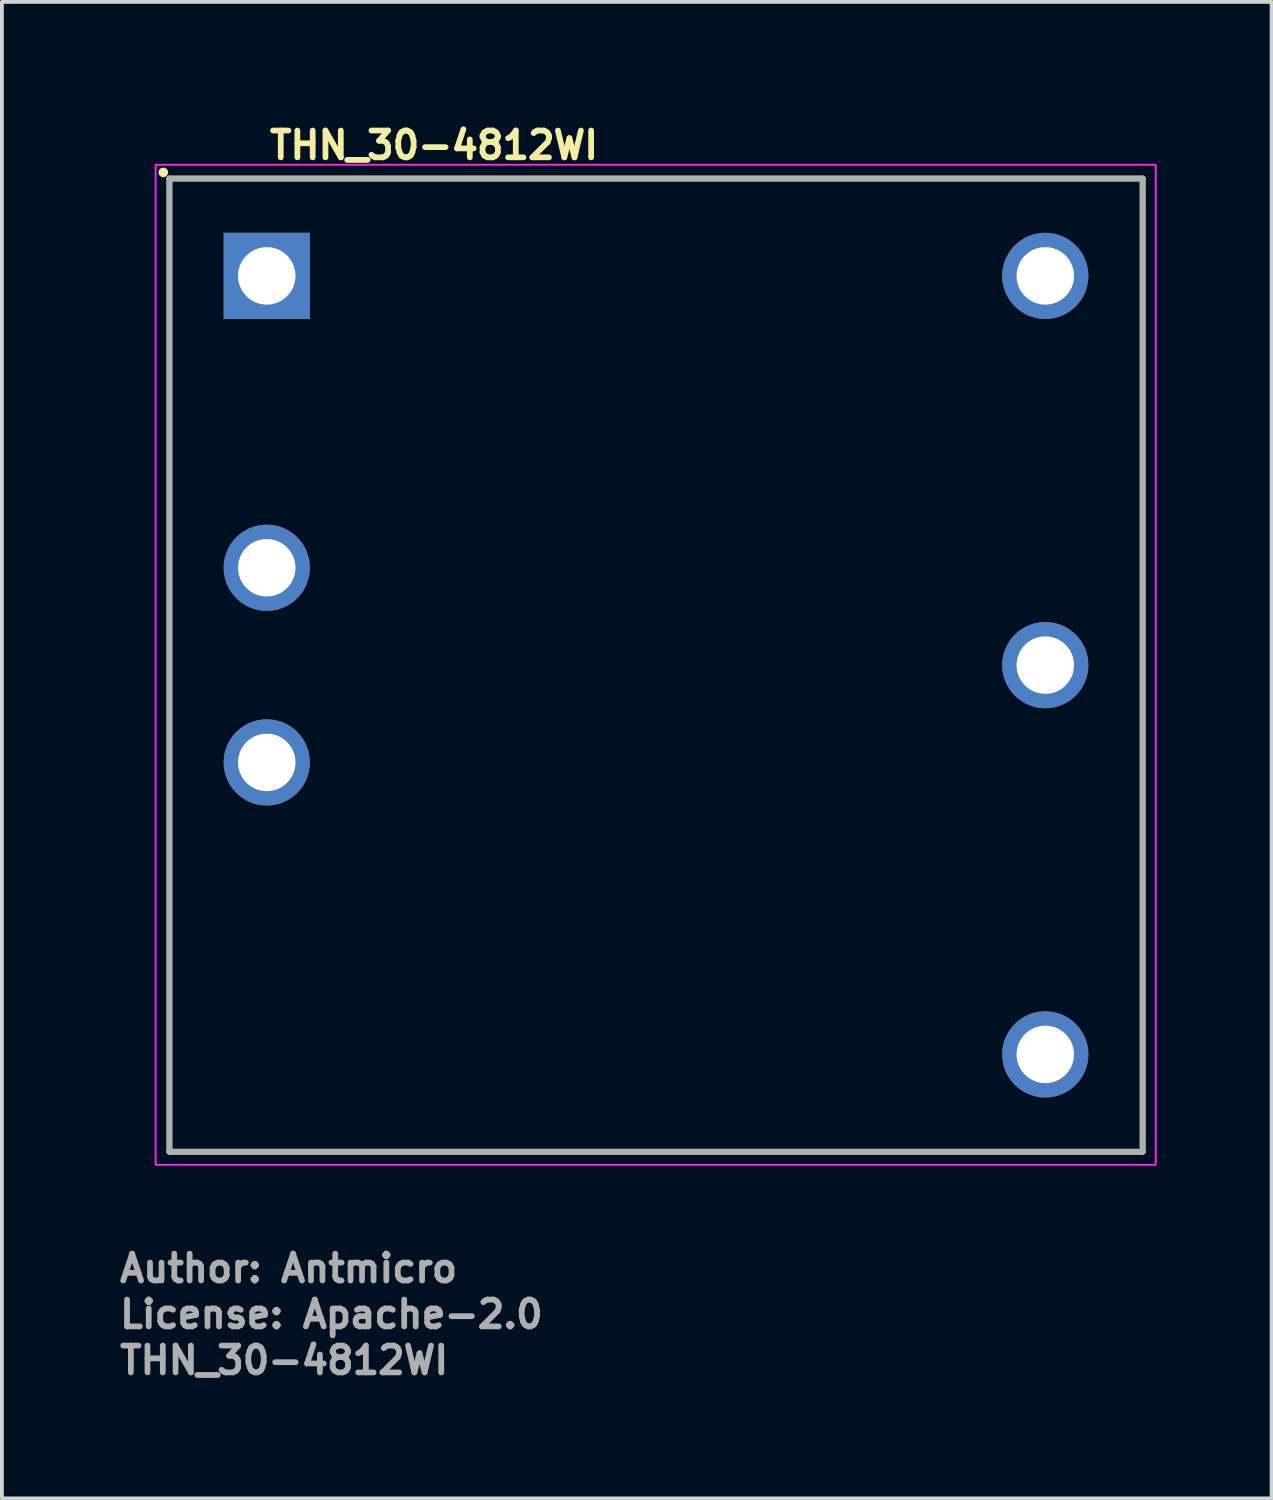
<source format=kicad_pcb>
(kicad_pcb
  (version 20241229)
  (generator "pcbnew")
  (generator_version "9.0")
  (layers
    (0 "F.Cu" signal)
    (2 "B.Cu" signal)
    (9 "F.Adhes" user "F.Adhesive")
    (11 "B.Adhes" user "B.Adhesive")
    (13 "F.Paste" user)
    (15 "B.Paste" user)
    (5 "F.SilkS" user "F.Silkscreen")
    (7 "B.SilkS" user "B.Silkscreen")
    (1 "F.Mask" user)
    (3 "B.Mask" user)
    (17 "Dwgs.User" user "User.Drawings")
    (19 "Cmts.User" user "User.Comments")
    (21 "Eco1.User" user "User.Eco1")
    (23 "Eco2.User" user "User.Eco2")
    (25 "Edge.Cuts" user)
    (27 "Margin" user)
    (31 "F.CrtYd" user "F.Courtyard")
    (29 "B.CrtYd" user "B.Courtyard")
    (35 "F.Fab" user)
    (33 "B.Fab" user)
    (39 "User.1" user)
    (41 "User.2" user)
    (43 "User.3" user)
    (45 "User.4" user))
  (footprint "THN_30-4812WI"
    (layer "F.Cu")
    (at 3.912 4.15)
    (property "Reference" "THN_30-4812WI" (at 0 -3 0) (layer "F.SilkS") (effects (font (size 0.7 0.7) (thickness 0.15)) (justify left bottom)))
    (attr through_hole)
    (fp_line (start -2.54 -2.54) (end 22.859 -2.54) (stroke (width 0.15) (type solid)) (layer "F.SilkS"))
    (fp_line (start -2.54 22.859) (end -2.54 -2.54) (stroke (width 0.15) (type solid)) (layer "F.SilkS"))
    (fp_line (start 22.859 -2.54) (end 22.859 22.859) (stroke (width 0.15) (type solid)) (layer "F.SilkS"))
    (fp_line (start 22.859 22.859) (end -2.54 22.859) (stroke (width 0.15) (type solid)) (layer "F.SilkS"))
    (fp_circle (center -2.7 -2.7) (end -2.65 -2.7) (stroke (width 0.15) (type solid)) (fill yes) (layer "F.SilkS"))
    (fp_rect (start -2.9 -2.9) (end 23.2 23.2) (stroke (width 0.05) (type solid)) (fill no) (layer "F.CrtYd"))
    (fp_line (start -2.54 -2.54) (end 22.859 -2.54) (stroke (width 0.15) (type solid)) (layer "F.Fab"))
    (fp_line (start -2.54 22.859) (end -2.54 -2.54) (stroke (width 0.15) (type solid)) (layer "F.Fab"))
    (fp_line (start 22.859 -2.54) (end 22.859 22.859) (stroke (width 0.15) (type solid)) (layer "F.Fab"))
    (fp_line (start 22.859 22.859) (end -2.54 22.859) (stroke (width 0.15) (type solid)) (layer "F.Fab"))
    (fp_rect (start -2.54 -2.54) (end 22.859 22.859) (stroke (width 0.1) (type solid)) (fill no) (layer "User.5"))
    (fp_rect (start -2.54 -2.54) (end 22.859 22.859) (stroke (width 0.1) (type solid)) (fill no) (layer "User.5"))
    (fp_rect (start -2.54 -2.54) (end 22.859 22.859) (stroke (width 0.1) (type solid)) (fill no) (layer "User.5"))
    (fp_line (start -2.54 -2.182) (end -2.54 -2.161) (stroke (width 0.02) (type solid)) (layer "User.9"))
    (fp_line (start -2.54 -2.161) (end -2.54 -2.141) (stroke (width 0.02) (type solid)) (layer "User.9"))
    (fp_line (start -2.54 22.46) (end -2.54 -2.141) (stroke (width 0.02) (type solid)) (layer "User.9"))
    (fp_line (start -2.54 22.46) (end -2.54 22.478) (stroke (width 0.02) (type solid)) (layer "User.9"))
    (fp_line (start -2.54 22.478) (end -2.54 22.498) (stroke (width 0.02) (type solid)) (layer "User.9"))
    (fp_line (start -2.54 22.498) (end -2.536 22.518) (stroke (width 0.02) (type solid)) (layer "User.9"))
    (fp_line (start -2.536 -2.202) (end -2.54 -2.182) (stroke (width 0.02) (type solid)) (layer "User.9"))
    (fp_line (start -2.536 22.518) (end -2.532 22.539) (stroke (width 0.02) (type solid)) (layer "User.9"))
    (fp_line (start -2.532 -2.222) (end -2.536 -2.202) (stroke (width 0.02) (type solid)) (layer "User.9"))
    (fp_line (start -2.532 22.539) (end -2.528 22.559) (stroke (width 0.02) (type solid)) (layer "User.9"))
    (fp_line (start -2.528 -2.242) (end -2.532 -2.222) (stroke (width 0.02) (type solid)) (layer "User.9"))
    (fp_line (start -2.528 22.559) (end -2.524 22.577) (stroke (width 0.02) (type solid)) (layer "User.9"))
    (fp_line (start -2.524 -2.259) (end -2.528 -2.242) (stroke (width 0.02) (type solid)) (layer "User.9"))
    (fp_line (start -2.524 22.577) (end -2.516 22.597) (stroke (width 0.02) (type solid)) (layer "User.9"))
    (fp_line (start -2.516 -2.278) (end -2.524 -2.259) (stroke (width 0.02) (type solid)) (layer "User.9"))
    (fp_line (start -2.516 22.597) (end -2.509 22.614) (stroke (width 0.02) (type solid)) (layer "User.9"))
    (fp_line (start -2.509 -2.298) (end -2.516 -2.278) (stroke (width 0.02) (type solid)) (layer "User.9"))
    (fp_line (start -2.509 22.614) (end -2.501 22.632) (stroke (width 0.02) (type solid)) (layer "User.9"))
    (fp_line (start -2.501 -2.315) (end -2.509 -2.298) (stroke (width 0.02) (type solid)) (layer "User.9"))
    (fp_line (start -2.501 22.632) (end -2.492 22.649) (stroke (width 0.02) (type solid)) (layer "User.9"))
    (fp_line (start -2.492 -2.331) (end -2.501 -2.315) (stroke (width 0.02) (type solid)) (layer "User.9"))
    (fp_line (start -2.492 22.649) (end -2.484 22.667) (stroke (width 0.02) (type solid)) (layer "User.9"))
    (fp_line (start -2.484 -2.348) (end -2.492 -2.331) (stroke (width 0.02) (type solid)) (layer "User.9"))
    (fp_line (start -2.484 22.667) (end -2.472 22.681) (stroke (width 0.02) (type solid)) (layer "User.9"))
    (fp_line (start -2.472 -2.364) (end -2.484 -2.348) (stroke (width 0.02) (type solid)) (layer "User.9"))
    (fp_line (start -2.472 22.681) (end -2.461 22.699) (stroke (width 0.02) (type solid)) (layer "User.9"))
    (fp_line (start -2.461 -2.38) (end -2.472 -2.364) (stroke (width 0.02) (type solid)) (layer "User.9"))
    (fp_line (start -2.461 22.699) (end -2.449 22.713) (stroke (width 0.02) (type solid)) (layer "User.9"))
    (fp_line (start -2.449 -2.395) (end -2.461 -2.38) (stroke (width 0.02) (type solid)) (layer "User.9"))
    (fp_line (start -2.449 22.713) (end -2.437 22.728) (stroke (width 0.02) (type solid)) (layer "User.9"))
    (fp_line (start -2.437 -2.411) (end -2.449 -2.395) (stroke (width 0.02) (type solid)) (layer "User.9"))
    (fp_line (start -2.437 22.728) (end -2.423 22.742) (stroke (width 0.02) (type solid)) (layer "User.9"))
    (fp_line (start -2.423 -2.423) (end -2.437 -2.411) (stroke (width 0.02) (type solid)) (layer "User.9"))
    (fp_line (start -2.423 22.742) (end -2.411 22.754) (stroke (width 0.02) (type solid)) (layer "User.9"))
    (fp_line (start -2.411 -2.437) (end -2.423 -2.423) (stroke (width 0.02) (type solid)) (layer "User.9"))
    (fp_line (start -2.411 22.754) (end -2.395 22.768) (stroke (width 0.02) (type solid)) (layer "User.9"))
    (fp_line (start -2.395 -2.449) (end -2.411 -2.437) (stroke (width 0.02) (type solid)) (layer "User.9"))
    (fp_line (start -2.395 22.768) (end -2.38 22.78) (stroke (width 0.02) (type solid)) (layer "User.9"))
    (fp_line (start -2.38 -2.461) (end -2.395 -2.449) (stroke (width 0.02) (type solid)) (layer "User.9"))
    (fp_line (start -2.38 22.78) (end -2.364 22.789) (stroke (width 0.02) (type solid)) (layer "User.9"))
    (fp_line (start -2.364 -2.472) (end -2.38 -2.461) (stroke (width 0.02) (type solid)) (layer "User.9"))
    (fp_line (start -2.364 22.789) (end -2.348 22.8) (stroke (width 0.02) (type solid)) (layer "User.9"))
    (fp_line (start -2.348 -2.484) (end -2.364 -2.472) (stroke (width 0.02) (type solid)) (layer "User.9"))
    (fp_line (start -2.348 22.8) (end -2.331 22.809) (stroke (width 0.02) (type solid)) (layer "User.9"))
    (fp_line (start -2.331 -2.492) (end -2.348 -2.484) (stroke (width 0.02) (type solid)) (layer "User.9"))
    (fp_line (start -2.331 22.809) (end -2.315 22.818) (stroke (width 0.02) (type solid)) (layer "User.9"))
    (fp_line (start -2.315 -2.501) (end -2.331 -2.492) (stroke (width 0.02) (type solid)) (layer "User.9"))
    (fp_line (start -2.315 22.818) (end -2.298 22.827) (stroke (width 0.02) (type solid)) (layer "User.9"))
    (fp_line (start -2.298 -2.509) (end -2.315 -2.501) (stroke (width 0.02) (type solid)) (layer "User.9"))
    (fp_line (start -2.298 22.827) (end -2.278 22.835) (stroke (width 0.02) (type solid)) (layer "User.9"))
    (fp_line (start -2.278 -2.516) (end -2.298 -2.509) (stroke (width 0.02) (type solid)) (layer "User.9"))
    (fp_line (start -2.278 22.835) (end -2.259 22.841) (stroke (width 0.02) (type solid)) (layer "User.9"))
    (fp_line (start -2.259 -2.524) (end -2.278 -2.516) (stroke (width 0.02) (type solid)) (layer "User.9"))
    (fp_line (start -2.259 22.841) (end -2.242 22.847) (stroke (width 0.02) (type solid)) (layer "User.9"))
    (fp_line (start -2.242 -2.528) (end -2.259 -2.524) (stroke (width 0.02) (type solid)) (layer "User.9"))
    (fp_line (start -2.242 22.847) (end -2.222 22.85) (stroke (width 0.02) (type solid)) (layer "User.9"))
    (fp_line (start -2.222 -2.532) (end -2.242 -2.528) (stroke (width 0.02) (type solid)) (layer "User.9"))
    (fp_line (start -2.222 22.85) (end -2.202 22.853) (stroke (width 0.02) (type solid)) (layer "User.9"))
    (fp_line (start -2.202 -2.536) (end -2.222 -2.532) (stroke (width 0.02) (type solid)) (layer "User.9"))
    (fp_line (start -2.202 22.853) (end -2.182 22.856) (stroke (width 0.02) (type solid)) (layer "User.9"))
    (fp_line (start -2.182 -2.54) (end -2.202 -2.536) (stroke (width 0.02) (type solid)) (layer "User.9"))
    (fp_line (start -2.182 22.856) (end -2.161 22.859) (stroke (width 0.02) (type solid)) (layer "User.9"))
    (fp_line (start -2.161 -2.54) (end -2.182 -2.54) (stroke (width 0.02) (type solid)) (layer "User.9"))
    (fp_line (start -2.161 22.859) (end -2.141 22.859) (stroke (width 0.02) (type solid)) (layer "User.9"))
    (fp_line (start -2.141 -2.54) (end -2.161 -2.54) (stroke (width 0.02) (type solid)) (layer "User.9"))
    (fp_line (start -2.141 -2.54) (end 22.46 -2.54) (stroke (width 0.02) (type solid)) (layer "User.9"))
    (fp_line (start 22.46 -2.54) (end 22.478 -2.54) (stroke (width 0.02) (type solid)) (layer "User.9"))
    (fp_line (start 22.46 22.859) (end -2.141 22.859) (stroke (width 0.02) (type solid)) (layer "User.9"))
    (fp_line (start 22.46 22.859) (end 22.478 22.859) (stroke (width 0.02) (type solid)) (layer "User.9"))
    (fp_line (start 22.478 -2.54) (end 22.498 -2.54) (stroke (width 0.02) (type solid)) (layer "User.9"))
    (fp_line (start 22.478 22.859) (end 22.498 22.856) (stroke (width 0.02) (type solid)) (layer "User.9"))
    (fp_line (start 22.498 -2.54) (end 22.518 -2.536) (stroke (width 0.02) (type solid)) (layer "User.9"))
    (fp_line (start 22.498 22.856) (end 22.518 22.853) (stroke (width 0.02) (type solid)) (layer "User.9"))
    (fp_line (start 22.518 -2.536) (end 22.539 -2.532) (stroke (width 0.02) (type solid)) (layer "User.9"))
    (fp_line (start 22.518 22.853) (end 22.539 22.85) (stroke (width 0.02) (type solid)) (layer "User.9"))
    (fp_line (start 22.539 -2.532) (end 22.559 -2.528) (stroke (width 0.02) (type solid)) (layer "User.9"))
    (fp_line (start 22.539 22.85) (end 22.559 22.847) (stroke (width 0.02) (type solid)) (layer "User.9"))
    (fp_line (start 22.559 -2.528) (end 22.577 -2.524) (stroke (width 0.02) (type solid)) (layer "User.9"))
    (fp_line (start 22.559 22.847) (end 22.577 22.841) (stroke (width 0.02) (type solid)) (layer "User.9"))
    (fp_line (start 22.577 -2.524) (end 22.597 -2.516) (stroke (width 0.02) (type solid)) (layer "User.9"))
    (fp_line (start 22.577 22.841) (end 22.597 22.835) (stroke (width 0.02) (type solid)) (layer "User.9"))
    (fp_line (start 22.597 -2.516) (end 22.614 -2.509) (stroke (width 0.02) (type solid)) (layer "User.9"))
    (fp_line (start 22.597 22.835) (end 22.614 22.827) (stroke (width 0.02) (type solid)) (layer "User.9"))
    (fp_line (start 22.614 -2.509) (end 22.632 -2.501) (stroke (width 0.02) (type solid)) (layer "User.9"))
    (fp_line (start 22.614 22.827) (end 22.632 22.818) (stroke (width 0.02) (type solid)) (layer "User.9"))
    (fp_line (start 22.632 -2.501) (end 22.649 -2.492) (stroke (width 0.02) (type solid)) (layer "User.9"))
    (fp_line (start 22.632 22.818) (end 22.649 22.809) (stroke (width 0.02) (type solid)) (layer "User.9"))
    (fp_line (start 22.649 -2.492) (end 22.667 -2.484) (stroke (width 0.02) (type solid)) (layer "User.9"))
    (fp_line (start 22.649 22.809) (end 22.667 22.8) (stroke (width 0.02) (type solid)) (layer "User.9"))
    (fp_line (start 22.667 -2.484) (end 22.681 -2.472) (stroke (width 0.02) (type solid)) (layer "User.9"))
    (fp_line (start 22.667 22.8) (end 22.681 22.789) (stroke (width 0.02) (type solid)) (layer "User.9"))
    (fp_line (start 22.681 -2.472) (end 22.699 -2.461) (stroke (width 0.02) (type solid)) (layer "User.9"))
    (fp_line (start 22.681 22.789) (end 22.699 22.78) (stroke (width 0.02) (type solid)) (layer "User.9"))
    (fp_line (start 22.699 -2.461) (end 22.713 -2.449) (stroke (width 0.02) (type solid)) (layer "User.9"))
    (fp_line (start 22.699 22.78) (end 22.713 22.768) (stroke (width 0.02) (type solid)) (layer "User.9"))
    (fp_line (start 22.713 -2.449) (end 22.728 -2.437) (stroke (width 0.02) (type solid)) (layer "User.9"))
    (fp_line (start 22.713 22.768) (end 22.728 22.754) (stroke (width 0.02) (type solid)) (layer "User.9"))
    (fp_line (start 22.728 -2.437) (end 22.742 -2.423) (stroke (width 0.02) (type solid)) (layer "User.9"))
    (fp_line (start 22.728 22.754) (end 22.742 22.742) (stroke (width 0.02) (type solid)) (layer "User.9"))
    (fp_line (start 22.742 -2.423) (end 22.754 -2.411) (stroke (width 0.02) (type solid)) (layer "User.9"))
    (fp_line (start 22.742 22.742) (end 22.754 22.728) (stroke (width 0.02) (type solid)) (layer "User.9"))
    (fp_line (start 22.754 -2.411) (end 22.768 -2.395) (stroke (width 0.02) (type solid)) (layer "User.9"))
    (fp_line (start 22.754 22.728) (end 22.768 22.713) (stroke (width 0.02) (type solid)) (layer "User.9"))
    (fp_line (start 22.768 -2.395) (end 22.78 -2.38) (stroke (width 0.02) (type solid)) (layer "User.9"))
    (fp_line (start 22.768 22.713) (end 22.78 22.699) (stroke (width 0.02) (type solid)) (layer "User.9"))
    (fp_line (start 22.78 -2.38) (end 22.789 -2.364) (stroke (width 0.02) (type solid)) (layer "User.9"))
    (fp_line (start 22.78 22.699) (end 22.789 22.681) (stroke (width 0.02) (type solid)) (layer "User.9"))
    (fp_line (start 22.789 -2.364) (end 22.8 -2.348) (stroke (width 0.02) (type solid)) (layer "User.9"))
    (fp_line (start 22.789 22.681) (end 22.8 22.667) (stroke (width 0.02) (type solid)) (layer "User.9"))
    (fp_line (start 22.8 -2.348) (end 22.809 -2.331) (stroke (width 0.02) (type solid)) (layer "User.9"))
    (fp_line (start 22.8 22.667) (end 22.809 22.649) (stroke (width 0.02) (type solid)) (layer "User.9"))
    (fp_line (start 22.809 -2.331) (end 22.818 -2.315) (stroke (width 0.02) (type solid)) (layer "User.9"))
    (fp_line (start 22.809 22.649) (end 22.818 22.632) (stroke (width 0.02) (type solid)) (layer "User.9"))
    (fp_line (start 22.818 -2.315) (end 22.827 -2.298) (stroke (width 0.02) (type solid)) (layer "User.9"))
    (fp_line (start 22.818 22.632) (end 22.827 22.614) (stroke (width 0.02) (type solid)) (layer "User.9"))
    (fp_line (start 22.827 -2.298) (end 22.835 -2.278) (stroke (width 0.02) (type solid)) (layer "User.9"))
    (fp_line (start 22.827 22.614) (end 22.835 22.597) (stroke (width 0.02) (type solid)) (layer "User.9"))
    (fp_line (start 22.835 -2.278) (end 22.841 -2.259) (stroke (width 0.02) (type solid)) (layer "User.9"))
    (fp_line (start 22.835 22.597) (end 22.841 22.577) (stroke (width 0.02) (type solid)) (layer "User.9"))
    (fp_line (start 22.841 -2.259) (end 22.847 -2.242) (stroke (width 0.02) (type solid)) (layer "User.9"))
    (fp_line (start 22.841 22.577) (end 22.847 22.559) (stroke (width 0.02) (type solid)) (layer "User.9"))
    (fp_line (start 22.847 -2.242) (end 22.85 -2.222) (stroke (width 0.02) (type solid)) (layer "User.9"))
    (fp_line (start 22.847 22.559) (end 22.85 22.539) (stroke (width 0.02) (type solid)) (layer "User.9"))
    (fp_line (start 22.85 -2.222) (end 22.853 -2.202) (stroke (width 0.02) (type solid)) (layer "User.9"))
    (fp_line (start 22.85 22.539) (end 22.853 22.518) (stroke (width 0.02) (type solid)) (layer "User.9"))
    (fp_line (start 22.853 -2.202) (end 22.856 -2.182) (stroke (width 0.02) (type solid)) (layer "User.9"))
    (fp_line (start 22.853 22.518) (end 22.856 22.498) (stroke (width 0.02) (type solid)) (layer "User.9"))
    (fp_line (start 22.856 -2.182) (end 22.859 -2.161) (stroke (width 0.02) (type solid)) (layer "User.9"))
    (fp_line (start 22.856 22.498) (end 22.859 22.478) (stroke (width 0.02) (type solid)) (layer "User.9"))
    (fp_line (start 22.859 -2.161) (end 22.859 -2.141) (stroke (width 0.02) (type solid)) (layer "User.9"))
    (fp_line (start 22.859 -2.141) (end 22.859 22.46) (stroke (width 0.02) (type solid)) (layer "User.9"))
    (fp_line (start 22.859 22.478) (end 22.859 22.46) (stroke (width 0.02) (type solid)) (layer "User.9"))
    (fp_text user "${REFERENCE}" (at -3.912 28.711 0) (layer "F.Fab") (effects (font (size 0.7 0.7) (thickness 0.15)) (justify left bottom)))
    (fp_text user "Author: Antmicro" (at -3.912 26.312 0) (layer "F.Fab") (effects (font (size 0.7 0.7) (thickness 0.15)) (justify left bottom)))
    (fp_text user "License: Apache-2.0" (at -3.912 27.51 0) (layer "F.Fab") (effects (font (size 0.7 0.7) (thickness 0.15)) (justify left bottom)))
    (pad "1" thru_hole circle (at 0 12.698) (size 2.25 2.25) (drill 1.5) (layers "*.Cu" "*.Mask"))
    (pad "2" thru_hole circle (at 0 7.618) (size 2.25 2.25) (drill 1.5) (layers "*.Cu" "*.Mask"))
    (pad "3" thru_hole circle (at 20.318 20.318) (size 2.25 2.25) (drill 1.5) (layers "*.Cu" "*.Mask"))
    (pad "4" thru_hole circle (at 20.318 10.159) (size 2.25 2.25) (drill 1.5) (layers "*.Cu" "*.Mask"))
    (pad "5" thru_hole circle (at 20.318 0) (size 2.25 2.25) (drill 1.5) (layers "*.Cu" "*.Mask"))
    (pad "6" thru_hole rect (at 0 0) (size 2.25 2.25) (drill 1.5) (layers "*.Cu" "*.Mask")))
  (gr_rect
    (start -3 -3)
    (end 30.137 36.056)
    (stroke (width 0.1) (type default))
    (fill no)
    (layer "Edge.Cuts")))
</source>
